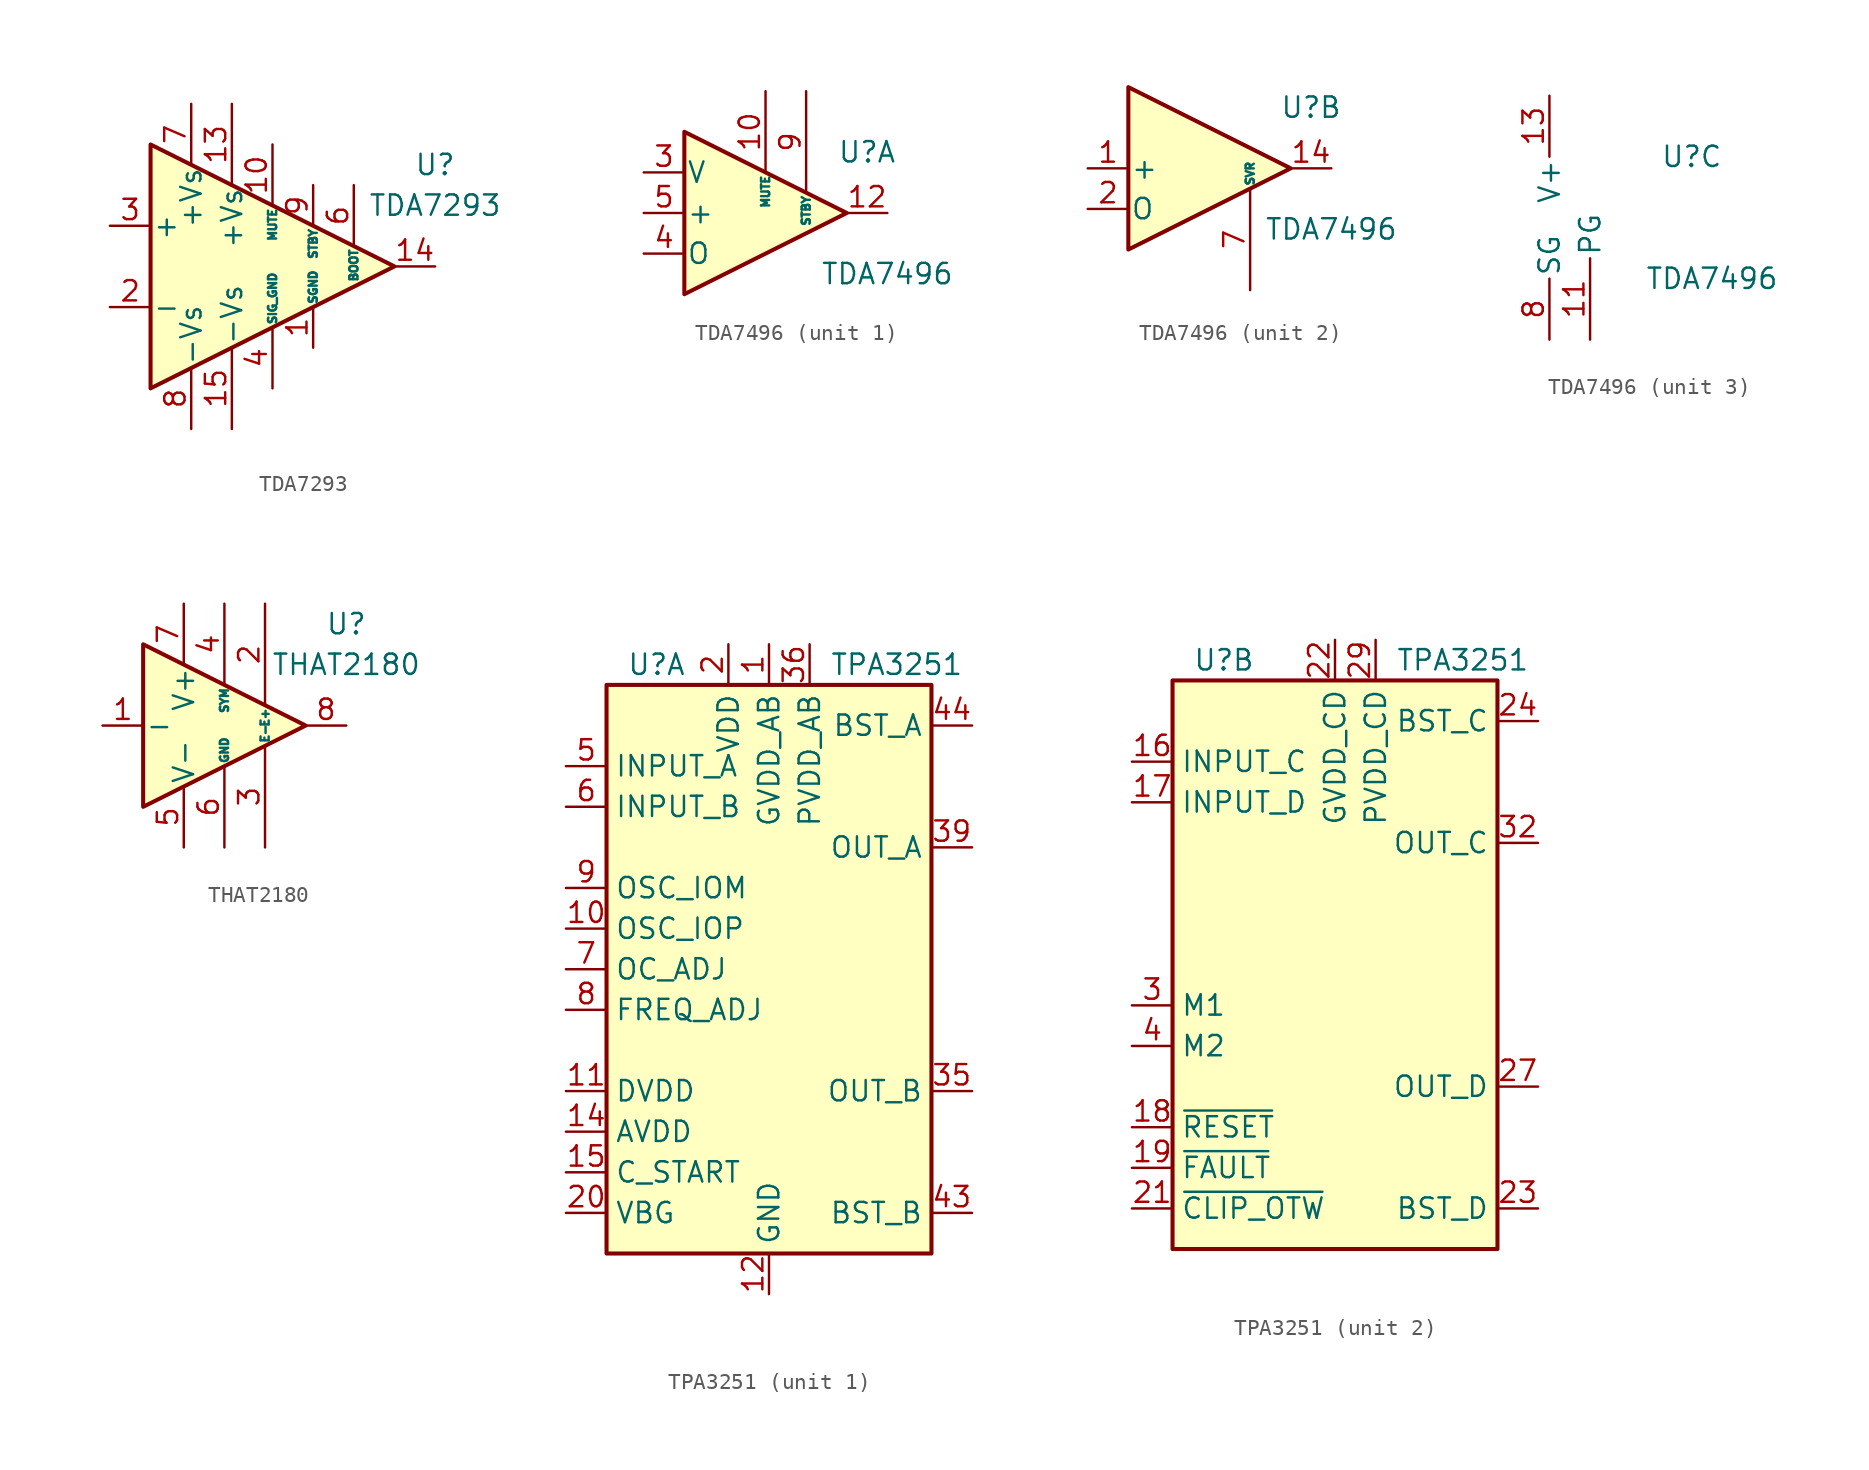
<source format=kicad_sym>
(kicad_symbol_lib
  (version 20211014)
  (generator kicad_symbol_editor)
  (symbol "TDA7293"
    (pin_names
      (offset 0.127))
    (property "Reference" "U"
      (at 10.16 6.35 0)
      (effects (font (size 1.27 1.27))))
    (property "Value" "TDA7293"
      (at 10.16 3.81 0)
      (effects (font (size 1.27 1.27))))
    (symbol "TDA7293_0_1"
      (polyline (pts (xy -7.62 7.62) (xy 7.62 0) (xy -7.62 -7.62) (xy -7.62 7.62)) (stroke (width 0.254) (type default) (color 0 0 0 0)) (fill (type background))))
    (symbol "TDA7293_1_1"
      (pin power_in line (at 2.54 -5.08 90) (length 2.54) (name "SGND" (effects (font (size 0.508 0.508)))) (number "1" (effects (font (size 1.27 1.27)))))
      (pin input line (at 0 7.62 270) (length 3.81) (name "MUTE" (effects (font (size 0.508 0.508)))) (number "10" (effects (font (size 1.27 1.27)))))
      (pin no_connect line (at 0 2.54 270) (length 2.54) hide (name "NC" (effects (font (size 1.27 1.27)))) (number "11" (effects (font (size 1.27 1.27)))))
      (pin no_connect line (at 2.54 2.54 270) (length 2.54) hide (name "NC" (effects (font (size 1.27 1.27)))) (number "12" (effects (font (size 1.27 1.27)))))
      (pin power_in line (at -2.54 10.16 270) (length 5.08) (name "+Vs" (effects (font (size 1.27 1.27)))) (number "13" (effects (font (size 1.27 1.27)))))
      (pin output line (at 10.16 0 180) (length 2.54) (name "~" (effects (font (size 1.27 1.27)))) (number "14" (effects (font (size 1.27 1.27)))))
      (pin power_in line (at -2.54 -10.16 90) (length 5.08) (name "-Vs" (effects (font (size 1.27 1.27)))) (number "15" (effects (font (size 1.27 1.27)))))
      (pin input line (at -10.16 -2.54 0) (length 2.54) (name "-" (effects (font (size 1.27 1.27)))) (number "2" (effects (font (size 1.27 1.27)))))
      (pin input line (at -10.16 2.54 0) (length 2.54) (name "+" (effects (font (size 1.27 1.27)))) (number "3" (effects (font (size 1.27 1.27)))))
      (pin power_in line (at 0 -7.62 90) (length 3.81) (name "SIG_GND" (effects (font (size 0.508 0.508)))) (number "4" (effects (font (size 1.27 1.27)))))
      (pin no_connect line (at -2.54 2.54 270) (length 2.54) hide (name "NC" (effects (font (size 1.27 1.27)))) (number "5" (effects (font (size 1.27 1.27)))))
      (pin passive line (at 5.08 5.08 270) (length 3.81) (name "BOOT" (effects (font (size 0.508 0.508)))) (number "6" (effects (font (size 1.27 1.27)))))
      (pin power_in line (at -5.08 10.16 270) (length 3.81) (name "+Vs" (effects (font (size 1.27 1.27)))) (number "7" (effects (font (size 1.27 1.27)))))
      (pin power_in line (at -5.08 -10.16 90) (length 3.81) (name "-Vs" (effects (font (size 1.27 1.27)))) (number "8" (effects (font (size 1.27 1.27)))))
      (pin input line (at 2.54 5.08 270) (length 2.54) (name "STBY" (effects (font (size 0.508 0.508)))) (number "9" (effects (font (size 1.27 1.27)))))))
  (symbol "TDA7496"
    (pin_names
      (offset 0.127))
    (property "Reference" "U"
      (at 6.35 3.81 0)
      (effects (font (size 1.27 1.27))))
    (property "Value" "TDA7496"
      (at 7.62 -3.81 0)
      (effects (font (size 1.27 1.27))))
    (property "ki_locked" ""
      (at 0 0 0)
      (effects (font (size 1.27 1.27))))
    (symbol "TDA7496_1_1"
      (polyline (pts (xy 5.08 0) (xy -5.08 5.08) (xy -5.08 -5.08) (xy 5.08 0)) (stroke (width 0.254) (type default) (color 0 0 0 0)) (fill (type background)))
      (pin input line (at 0 7.62 270) (length 5.08) (name "MUTE" (effects (font (size 0.508 0.508)))) (number "10" (effects (font (size 1.27 1.27)))))
      (pin output line (at 7.62 0 180) (length 2.54) (name "~" (effects (font (size 1.27 1.27)))) (number "12" (effects (font (size 1.27 1.27)))))
      (pin input line (at -7.62 2.54 0) (length 2.54) (name "V" (effects (font (size 1.27 1.27)))) (number "3" (effects (font (size 1.27 1.27)))))
      (pin output line (at -7.62 -2.54 0) (length 2.54) (name "O" (effects (font (size 1.27 1.27)))) (number "4" (effects (font (size 1.27 1.27)))))
      (pin input line (at -7.62 0 0) (length 2.54) (name "+" (effects (font (size 1.27 1.27)))) (number "5" (effects (font (size 1.27 1.27)))))
      (pin no_connect line (at 0 2.54 270) (length 2.54) hide (name "NC" (effects (font (size 1.27 1.27)))) (number "6" (effects (font (size 1.27 1.27)))))
      (pin input line (at 2.54 7.62 270) (length 6.35) (name "STBY" (effects (font (size 0.508 0.508)))) (number "9" (effects (font (size 1.27 1.27))))))
    (symbol "TDA7496_2_1"
      (polyline (pts (xy 5.08 0) (xy -5.08 5.08) (xy -5.08 -5.08) (xy 5.08 0)) (stroke (width 0.254) (type default) (color 0 0 0 0)) (fill (type background)))
      (pin input line (at -7.62 0 0) (length 2.54) (name "+" (effects (font (size 1.27 1.27)))) (number "1" (effects (font (size 1.27 1.27)))))
      (pin output line (at 7.62 0 180) (length 2.54) (name "~" (effects (font (size 1.27 1.27)))) (number "14" (effects (font (size 1.27 1.27)))))
      (pin output line (at -7.62 -2.54 0) (length 2.54) (name "O" (effects (font (size 1.27 1.27)))) (number "2" (effects (font (size 1.27 1.27)))))
      (pin passive line (at 2.54 -7.62 90) (length 6.35) (name "SVR" (effects (font (size 0.508 0.508)))) (number "7" (effects (font (size 1.27 1.27))))))
    (symbol "TDA7496_3_1"
      (pin power_in line (at 0 -7.62 90) (length 5.08) (name "PG" (effects (font (size 1.27 1.27)))) (number "11" (effects (font (size 1.27 1.27)))))
      (pin power_in line (at -2.54 7.62 270) (length 3.81) (name "V+" (effects (font (size 1.27 1.27)))) (number "13" (effects (font (size 1.27 1.27)))))
      (pin passive line (at 0 -7.62 90) (length 5.08) hide (name "PG" (effects (font (size 1.27 1.27)))) (number "15" (effects (font (size 1.27 1.27)))))
      (pin power_in line (at -2.54 -7.62 90) (length 3.81) (name "SG" (effects (font (size 1.27 1.27)))) (number "8" (effects (font (size 1.27 1.27)))))))
  (symbol "THAT2180"
    (pin_names
      (offset 0.127))
    (property "Reference" "U"
      (at 7.62 6.35 0)
      (effects (font (size 1.27 1.27))))
    (property "Value" "THAT2180"
      (at 7.62 3.81 0)
      (effects (font (size 1.27 1.27))))
    (symbol "THAT2180_0_0"
      (pin power_in line (at -2.54 -7.62 90) (length 3.81) (name "V-" (effects (font (size 1.27 1.27)))) (number "5" (effects (font (size 1.27 1.27)))))
      (pin power_in line (at 0 -7.62 90) (length 5.08) (name "GND" (effects (font (size 0.508 0.508)))) (number "6" (effects (font (size 1.27 1.27)))))
      (pin power_in line (at -2.54 7.62 270) (length 3.81) (name "V+" (effects (font (size 1.27 1.27)))) (number "7" (effects (font (size 1.27 1.27))))))
    (symbol "THAT2180_0_1"
      (polyline (pts (xy -5.08 5.08) (xy 5.08 0) (xy -5.08 -5.08) (xy -5.08 5.08)) (stroke (width 0.254) (type default) (color 0 0 0 0)) (fill (type background))))
    (symbol "THAT2180_1_1"
      (pin input line (at -7.62 0 0) (length 2.54) (name "-" (effects (font (size 1.27 1.27)))) (number "1" (effects (font (size 1.27 1.27)))))
      (pin input line (at 2.54 7.62 270) (length 6.35) (name "E+" (effects (font (size 0.508 0.508)))) (number "2" (effects (font (size 1.27 1.27)))))
      (pin input line (at 2.54 -7.62 90) (length 6.35) (name "E-" (effects (font (size 0.508 0.508)))) (number "3" (effects (font (size 1.27 1.27)))))
      (pin input line (at 0 7.62 270) (length 5.08) (name "SYM" (effects (font (size 0.508 0.508)))) (number "4" (effects (font (size 1.27 1.27)))))
      (pin output line (at 7.62 0 180) (length 2.54) (name "~" (effects (font (size 1.27 1.27)))) (number "8" (effects (font (size 1.27 1.27)))))))
  (symbol "TPA3251"
    (property "Reference" "U"
      (at -8.89 19.05 0)
      (effects (font (size 1.27 1.27)) (justify left)))
    (property "Value" "TPA3251"
      (at 3.81 19.05 0)
      (effects (font (size 1.27 1.27)) (justify left)))
    (property "ki_locked" ""
      (at 0 0 0)
      (effects (font (size 1.27 1.27))))
    (symbol "TPA3251_0_1"
      (rectangle (start -10.16 -17.78) (end 10.16 17.78) (stroke (width 0.254) (type default) (color 0 0 0 0)) (fill (type background))))
    (symbol "TPA3251_1_1"
      (pin power_in line (at 0 20.32 270) (length 2.54) (name "GVDD_AB" (effects (font (size 1.27 1.27)))) (number "1" (effects (font (size 1.27 1.27)))))
      (pin bidirectional line (at -12.7 2.54 0) (length 2.54) (name "OSC_IOP" (effects (font (size 1.27 1.27)))) (number "10" (effects (font (size 1.27 1.27)))))
      (pin passive line (at -12.7 -7.62 0) (length 2.54) (name "DVDD" (effects (font (size 1.27 1.27)))) (number "11" (effects (font (size 1.27 1.27)))))
      (pin power_in line (at 0 -20.32 90) (length 2.54) (name "GND" (effects (font (size 1.27 1.27)))) (number "12" (effects (font (size 1.27 1.27)))))
      (pin passive line (at 0 -20.32 90) (length 2.54) hide (name "GND" (effects (font (size 1.27 1.27)))) (number "13" (effects (font (size 1.27 1.27)))))
      (pin passive line (at -12.7 -10.16 0) (length 2.54) (name "AVDD" (effects (font (size 1.27 1.27)))) (number "14" (effects (font (size 1.27 1.27)))))
      (pin passive line (at -12.7 -12.7 0) (length 2.54) (name "C_START" (effects (font (size 1.27 1.27)))) (number "15" (effects (font (size 1.27 1.27)))))
      (pin power_in line (at -2.54 20.32 270) (length 2.54) (name "VDD" (effects (font (size 1.27 1.27)))) (number "2" (effects (font (size 1.27 1.27)))))
      (pin passive line (at -12.7 -15.24 0) (length 2.54) (name "VBG" (effects (font (size 1.27 1.27)))) (number "20" (effects (font (size 1.27 1.27)))))
      (pin passive line (at 0 -20.32 90) (length 2.54) hide (name "GND" (effects (font (size 1.27 1.27)))) (number "25" (effects (font (size 1.27 1.27)))))
      (pin passive line (at 0 -20.32 90) (length 2.54) hide (name "GND" (effects (font (size 1.27 1.27)))) (number "26" (effects (font (size 1.27 1.27)))))
      (pin passive line (at 0 -20.32 90) (length 2.54) hide (name "GND" (effects (font (size 1.27 1.27)))) (number "33" (effects (font (size 1.27 1.27)))))
      (pin passive line (at 0 -20.32 90) (length 2.54) hide (name "GND" (effects (font (size 1.27 1.27)))) (number "34" (effects (font (size 1.27 1.27)))))
      (pin output line (at 12.7 -7.62 180) (length 2.54) (name "OUT_B" (effects (font (size 1.27 1.27)))) (number "35" (effects (font (size 1.27 1.27)))))
      (pin power_in line (at 2.54 20.32 270) (length 2.54) (name "PVDD_AB" (effects (font (size 1.27 1.27)))) (number "36" (effects (font (size 1.27 1.27)))))
      (pin passive line (at 2.54 20.32 270) (length 2.54) hide (name "PVDD_AB" (effects (font (size 1.27 1.27)))) (number "37" (effects (font (size 1.27 1.27)))))
      (pin passive line (at 2.54 20.32 270) (length 2.54) hide (name "PVDD_AB" (effects (font (size 1.27 1.27)))) (number "38" (effects (font (size 1.27 1.27)))))
      (pin output line (at 12.7 7.62 180) (length 2.54) (name "OUT_A" (effects (font (size 1.27 1.27)))) (number "39" (effects (font (size 1.27 1.27)))))
      (pin passive line (at 12.7 7.62 180) (length 2.54) hide (name "OUT_A" (effects (font (size 1.27 1.27)))) (number "40" (effects (font (size 1.27 1.27)))))
      (pin passive line (at 0 -20.32 90) (length 2.54) hide (name "GND" (effects (font (size 1.27 1.27)))) (number "41" (effects (font (size 1.27 1.27)))))
      (pin passive line (at 0 -20.32 90) (length 2.54) hide (name "GND" (effects (font (size 1.27 1.27)))) (number "42" (effects (font (size 1.27 1.27)))))
      (pin passive line (at 12.7 -15.24 180) (length 2.54) (name "BST_B" (effects (font (size 1.27 1.27)))) (number "43" (effects (font (size 1.27 1.27)))))
      (pin passive line (at 12.7 15.24 180) (length 2.54) (name "BST_A" (effects (font (size 1.27 1.27)))) (number "44" (effects (font (size 1.27 1.27)))))
      (pin input line (at -12.7 12.7 0) (length 2.54) (name "INPUT_A" (effects (font (size 1.27 1.27)))) (number "5" (effects (font (size 1.27 1.27)))))
      (pin input line (at -12.7 10.16 0) (length 2.54) (name "INPUT_B" (effects (font (size 1.27 1.27)))) (number "6" (effects (font (size 1.27 1.27)))))
      (pin passive line (at -12.7 0 0) (length 2.54) (name "OC_ADJ" (effects (font (size 1.27 1.27)))) (number "7" (effects (font (size 1.27 1.27)))))
      (pin passive line (at -12.7 -2.54 0) (length 2.54) (name "FREQ_ADJ" (effects (font (size 1.27 1.27)))) (number "8" (effects (font (size 1.27 1.27)))))
      (pin bidirectional line (at -12.7 5.08 0) (length 2.54) (name "OSC_IOM" (effects (font (size 1.27 1.27)))) (number "9" (effects (font (size 1.27 1.27))))))
    (symbol "TPA3251_2_1"
      (pin input line (at -12.7 12.7 0) (length 2.54) (name "INPUT_C" (effects (font (size 1.27 1.27)))) (number "16" (effects (font (size 1.27 1.27)))))
      (pin input line (at -12.7 10.16 0) (length 2.54) (name "INPUT_D" (effects (font (size 1.27 1.27)))) (number "17" (effects (font (size 1.27 1.27)))))
      (pin input line (at -12.7 -10.16 0) (length 2.54) (name "~{RESET}" (effects (font (size 1.27 1.27)))) (number "18" (effects (font (size 1.27 1.27)))))
      (pin open_collector line (at -12.7 -12.7 0) (length 2.54) (name "~{FAULT}" (effects (font (size 1.27 1.27)))) (number "19" (effects (font (size 1.27 1.27)))))
      (pin open_collector line (at -12.7 -15.24 0) (length 2.54) (name "~{CLIP_OTW}" (effects (font (size 1.27 1.27)))) (number "21" (effects (font (size 1.27 1.27)))))
      (pin power_in line (at 0 20.32 270) (length 2.54) (name "GVDD_CD" (effects (font (size 1.27 1.27)))) (number "22" (effects (font (size 1.27 1.27)))))
      (pin passive line (at 12.7 -15.24 180) (length 2.54) (name "BST_D" (effects (font (size 1.27 1.27)))) (number "23" (effects (font (size 1.27 1.27)))))
      (pin passive line (at 12.7 15.24 180) (length 2.54) (name "BST_C" (effects (font (size 1.27 1.27)))) (number "24" (effects (font (size 1.27 1.27)))))
      (pin output line (at 12.7 -7.62 180) (length 2.54) (name "OUT_D" (effects (font (size 1.27 1.27)))) (number "27" (effects (font (size 1.27 1.27)))))
      (pin passive line (at 12.7 -7.62 180) (length 2.54) hide (name "OUT_D" (effects (font (size 1.27 1.27)))) (number "28" (effects (font (size 1.27 1.27)))))
      (pin power_in line (at 2.54 20.32 270) (length 2.54) (name "PVDD_CD" (effects (font (size 1.27 1.27)))) (number "29" (effects (font (size 1.27 1.27)))))
      (pin input line (at -12.7 -2.54 0) (length 2.54) (name "M1" (effects (font (size 1.27 1.27)))) (number "3" (effects (font (size 1.27 1.27)))))
      (pin passive line (at 2.54 20.32 270) (length 2.54) hide (name "PVDD_CD" (effects (font (size 1.27 1.27)))) (number "30" (effects (font (size 1.27 1.27)))))
      (pin passive line (at 2.54 20.32 270) (length 2.54) hide (name "PVDD_CD" (effects (font (size 1.27 1.27)))) (number "31" (effects (font (size 1.27 1.27)))))
      (pin output line (at 12.7 7.62 180) (length 2.54) (name "OUT_C" (effects (font (size 1.27 1.27)))) (number "32" (effects (font (size 1.27 1.27)))))
      (pin input line (at -12.7 -5.08 0) (length 2.54) (name "M2" (effects (font (size 1.27 1.27)))) (number "4" (effects (font (size 1.27 1.27))))))))
</source>
